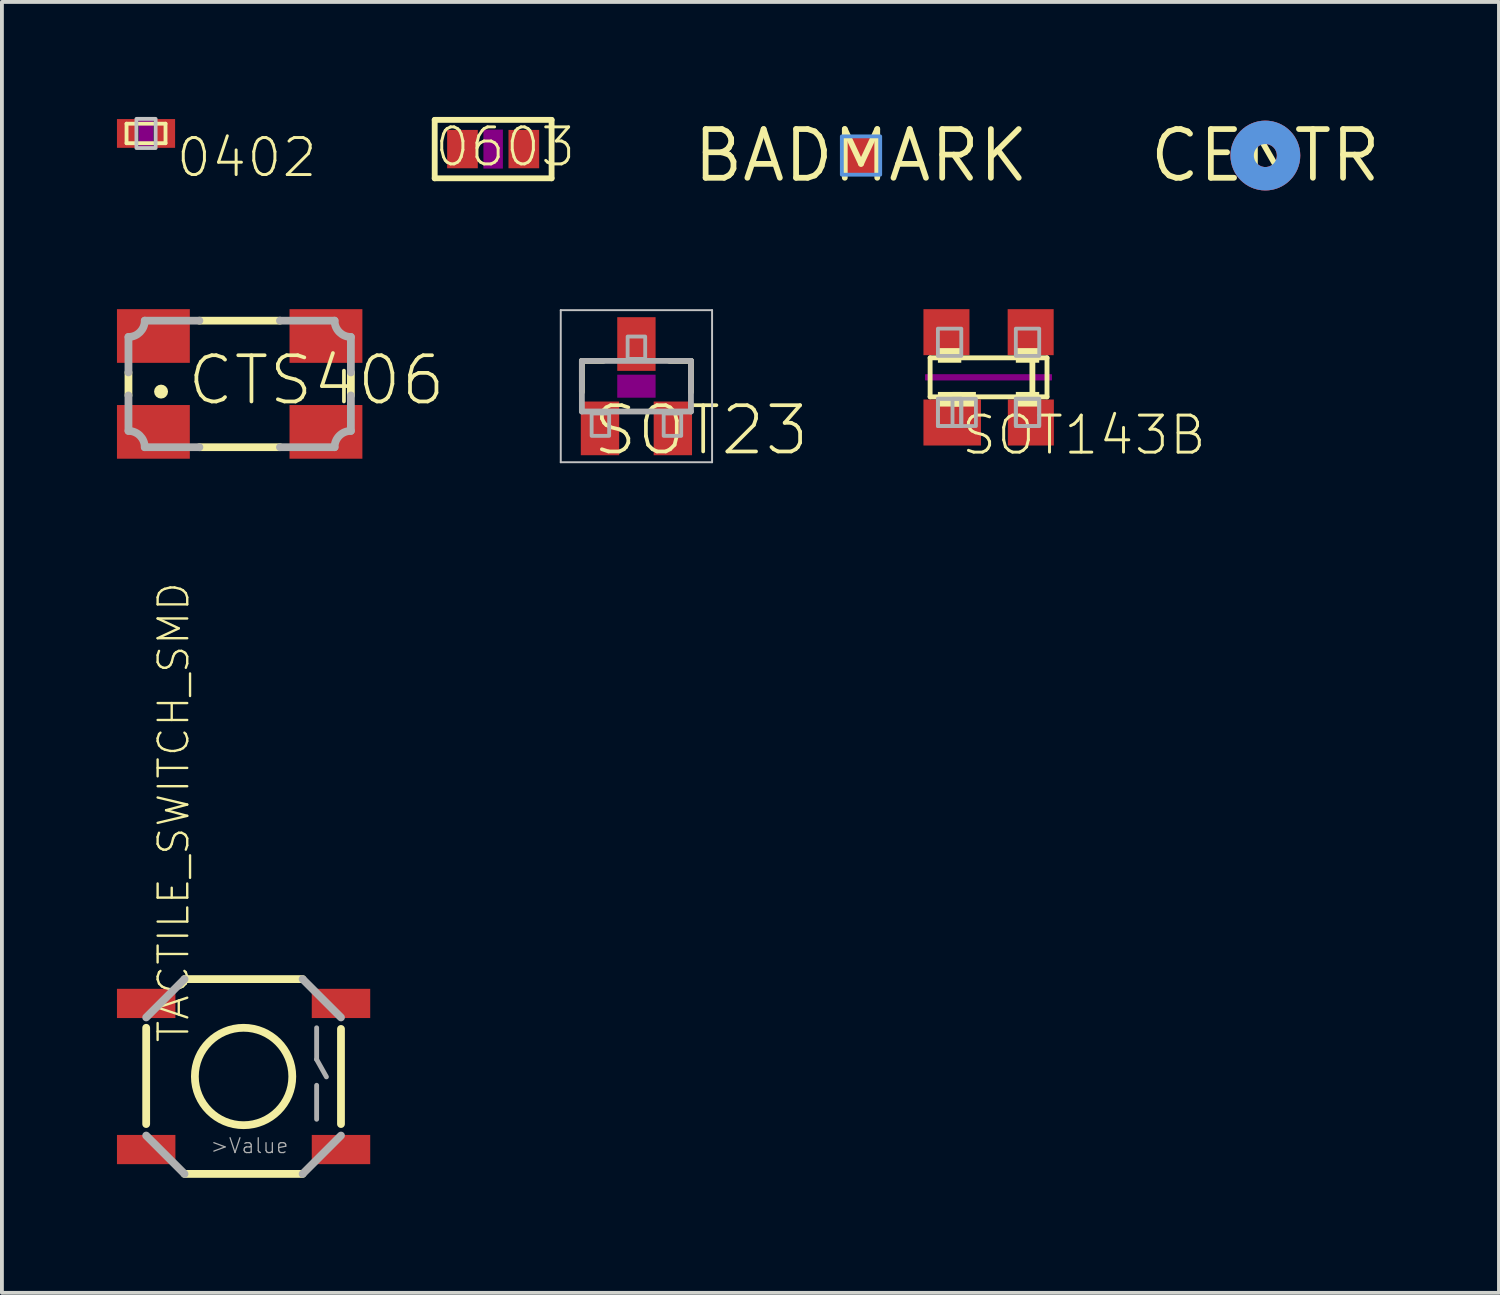
<source format=kicad_pcb>
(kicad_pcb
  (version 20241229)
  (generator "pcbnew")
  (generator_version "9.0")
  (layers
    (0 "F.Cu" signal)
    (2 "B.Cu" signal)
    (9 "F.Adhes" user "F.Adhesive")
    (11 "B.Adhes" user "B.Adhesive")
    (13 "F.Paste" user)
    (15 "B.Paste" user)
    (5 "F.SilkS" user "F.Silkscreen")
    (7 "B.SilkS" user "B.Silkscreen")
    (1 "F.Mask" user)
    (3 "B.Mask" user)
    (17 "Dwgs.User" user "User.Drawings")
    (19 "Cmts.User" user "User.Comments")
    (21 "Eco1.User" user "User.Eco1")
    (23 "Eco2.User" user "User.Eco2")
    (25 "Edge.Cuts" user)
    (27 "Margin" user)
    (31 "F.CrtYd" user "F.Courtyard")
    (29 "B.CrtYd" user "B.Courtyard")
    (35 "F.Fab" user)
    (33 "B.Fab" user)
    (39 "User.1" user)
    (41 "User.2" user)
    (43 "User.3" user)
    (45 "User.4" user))
  (footprint "BADMARK"
    (layer "F.Cu")
    (at 19.403 1.006)
    (property "Reference" "BADMARK" (at 0 0 0) (layer "F.SilkS") (effects (font (size 1.27 1.27) (thickness 0.15))))
    (attr through_hole)
    (fp_poly (pts (xy -0.5 0.5) (xy 0.5 0.5) (xy 0.5 -0.5) (xy -0.5 -0.5)) (stroke (width 0) (type solid)) (fill yes) (layer "F.Cu"))
    (fp_poly (pts (xy -0.7 0.7) (xy 0.7 0.7) (xy 0.7 -0.7) (xy -0.7 -0.7)) (stroke (width 0) (type solid)) (fill yes) (layer "F.Mask"))
    (fp_poly (pts (xy -0.5 0.5) (xy 0.5 0.5) (xy 0.5 -0.5) (xy -0.5 -0.5)) (stroke (width 0.1) (type solid)) (fill no) (layer "Cmts.User")))
  (footprint "CTS406"
    (layer "F.Cu")
    (at 3.2 6.962)
    (property "Reference" "CTS406" (at -1.422 0.61 180) (layer "F.SilkS") (effects (font (size 1.206 1.206) (thickness 0.097)) (justify left bottom)))
    (attr through_hole)
    (fp_line (start -2.9 0.3) (end -2.9 -0.3) (stroke (width 0.203) (type solid)) (layer "F.SilkS"))
    (fp_line (start -1.05 -1.65) (end 1.05 -1.65) (stroke (width 0.203) (type solid)) (layer "F.SilkS"))
    (fp_line (start 1.05 1.65) (end -1.05 1.65) (stroke (width 0.203) (type solid)) (layer "F.SilkS"))
    (fp_line (start 2.9 -0.3) (end 2.9 0.3) (stroke (width 0.203) (type solid)) (layer "F.SilkS"))
    (fp_circle (center -2.05 0.2) (end -1.959 0.2) (stroke (width 0.182) (type solid)) (fill no) (layer "F.SilkS"))
    (fp_line (start -2.9 -0.3) (end -2.9 -1.225) (stroke (width 0.203) (type solid)) (layer "F.Fab"))
    (fp_line (start -2.9 1.225) (end -2.9 0.3) (stroke (width 0.203) (type solid)) (layer "F.Fab"))
    (fp_line (start -2.475 -1.65) (end -1.05 -1.65) (stroke (width 0.203) (type solid)) (layer "F.Fab"))
    (fp_line (start -1.05 1.65) (end -2.475 1.65) (stroke (width 0.203) (type solid)) (layer "F.Fab"))
    (fp_line (start 1.05 -1.65) (end 2.475 -1.65) (stroke (width 0.203) (type solid)) (layer "F.Fab"))
    (fp_line (start 2.475 1.65) (end 1.05 1.65) (stroke (width 0.203) (type solid)) (layer "F.Fab"))
    (fp_line (start 2.9 -1.225) (end 2.9 -0.3) (stroke (width 0.203) (type solid)) (layer "F.Fab"))
    (fp_line (start 2.9 0.3) (end 2.9 1.225) (stroke (width 0.203) (type solid)) (layer "F.Fab"))
    (fp_arc (start -2.899998 1.225) (mid -2.600003 1.350005) (end -2.475 1.65) (stroke (width 0.2032) (type solid)) (layer "F.Fab"))
    (fp_arc (start -2.475 -1.649998) (mid -2.600005 -1.350003) (end -2.9 -1.225) (stroke (width 0.2032) (type solid)) (layer "F.Fab"))
    (fp_arc (start 2.475 1.649998) (mid 2.600005 1.350003) (end 2.9 1.225) (stroke (width 0.2032) (type solid)) (layer "F.Fab"))
    (fp_arc (start 2.899998 -1.225) (mid 2.600003 -1.350005) (end 2.475 -1.65) (stroke (width 0.2032) (type solid)) (layer "F.Fab"))
    (pad "1" smd rect (at -2.25 1.25) (size 1.9 1.4) (layers "F.Cu" "F.Mask" "F.Paste"))
    (pad "2" smd rect (at 2.25 1.25) (size 1.9 1.4) (layers "F.Cu" "F.Mask" "F.Paste"))
    (pad "3" smd rect (at 2.25 -1.25) (size 1.9 1.4) (layers "F.Cu" "F.Mask" "F.Paste"))
    (pad "4" smd rect (at -2.25 -1.25) (size 1.9 1.4) (layers "F.Cu" "F.Mask" "F.Paste")))
  (footprint "CENTR"
    (layer "F.Cu")
    (at 29.947 1.006)
    (property "Reference" "CENTR" (at 0 0 0) (layer "F.SilkS") (effects (font (size 1.27 1.27) (thickness 0.15))))
    (attr through_hole)
    (fp_circle (center 0 0) (end 0.3 0) (stroke (width 0.61) (type solid)) (fill no) (layer "F.Cu"))
    (fp_circle (center 0 0) (end 0.3 0) (stroke (width 0.61) (type solid)) (fill no) (layer "F.Cu"))
    (fp_circle (center 0 0) (end 0.4 0) (stroke (width 0.8) (type solid)) (fill no) (layer "F.Mask"))
    (fp_circle (center 0 0) (end 0.3 0) (stroke (width 0.61) (type solid)) (fill no) (layer "Cmts.User")))
  (footprint "TACTILE_SWITCH_SMD"
    (layer "F.Cu")
    (at 3.302 25.022)
    (property "Reference" "TACTILE_SWITCH_SMD" (at -1.372 -0.838 90) (layer "F.SilkS") (effects (font (size 0.772 0.772) (thickness 0.062)) (justify left bottom)))
    (attr through_hole)
    (fp_line (start -2.54 1.24) (end -2.54 -1.27) (stroke (width 0.203) (type solid)) (layer "F.SilkS"))
    (fp_line (start -1.54 -2.54) (end 1.54 -2.54) (stroke (width 0.203) (type solid)) (layer "F.SilkS"))
    (fp_line (start 1.54 2.54) (end -1.54 2.54) (stroke (width 0.203) (type solid)) (layer "F.SilkS"))
    (fp_line (start 2.54 -1.24) (end 2.54 1.24) (stroke (width 0.203) (type solid)) (layer "F.SilkS"))
    (fp_circle (center 0 0) (end 1.27 0) (stroke (width 0.203) (type solid)) (fill no) (layer "F.SilkS"))
    (fp_line (start -2.54 -1.54) (end -1.54 -2.54) (stroke (width 0.203) (type solid)) (layer "F.Fab"))
    (fp_line (start -1.54 2.54) (end -2.54 1.54) (stroke (width 0.203) (type solid)) (layer "F.Fab"))
    (fp_line (start 1.54 -2.54) (end 2.54 -1.54) (stroke (width 0.203) (type solid)) (layer "F.Fab"))
    (fp_line (start 1.905 -1.27) (end 1.905 -0.445) (stroke (width 0.127) (type solid)) (layer "F.Fab"))
    (fp_line (start 1.905 -0.445) (end 2.16 0.01) (stroke (width 0.127) (type solid)) (layer "F.Fab"))
    (fp_line (start 1.905 0.23) (end 1.905 1.115) (stroke (width 0.127) (type solid)) (layer "F.Fab"))
    (fp_line (start 2.54 1.54) (end 1.54 2.54) (stroke (width 0.203) (type solid)) (layer "F.Fab"))
    (fp_text user ">Value" (at -0.889 2.032 0) (layer "F.Fab") (effects (font (size 0.386 0.386) (thickness 0.033)) (justify left bottom)))
    (pad "1" smd rect (at -2.54 -1.905 90) (size 0.762 1.524) (layers "F.Cu" "F.Mask" "F.Paste"))
    (pad "2" smd rect (at 2.54 -1.905 90) (size 0.762 1.524) (layers "F.Cu" "F.Mask" "F.Paste"))
    (pad "3" smd rect (at -2.54 1.905 90) (size 0.762 1.524) (layers "F.Cu" "F.Mask" "F.Paste"))
    (pad "4" smd rect (at 2.54 1.905 90) (size 0.762 1.524) (layers "F.Cu" "F.Mask" "F.Paste")))
  (footprint "0402"
    (layer "F.Cu")
    (at 0.758 0.43)
    (property "Reference" "0402" (at 0.737 1.194 0) (layer "F.SilkS") (effects (font (size 0.965 0.965) (thickness 0.077)) (justify left bottom)))
    (attr through_hole)
    (fp_line (start -0.508 0.254) (end -0.508 -0.254) (stroke (width 0.1) (type solid)) (layer "F.SilkS"))
    (fp_line (start -0.508 0.254) (end 0.508 0.254) (stroke (width 0.1) (type solid)) (layer "F.SilkS"))
    (fp_line (start 0.508 -0.254) (end -0.508 -0.254) (stroke (width 0.1) (type solid)) (layer "F.SilkS"))
    (fp_line (start 0.508 -0.254) (end 0.508 0.254) (stroke (width 0.1) (type solid)) (layer "F.SilkS"))
    (fp_poly (pts (xy -0.191 0.381) (xy 0.191 0.381) (xy 0.191 -0.381) (xy -0.191 -0.381)) (stroke (width 0) (type solid)) (fill yes) (layer "F.Adhes"))
    (fp_poly (pts (xy -0.25 0.38) (xy 0.25 0.38) (xy 0.25 -0.38) (xy -0.25 -0.38)) (stroke (width 0.1) (type solid)) (fill no) (layer "Dwgs.User"))
    (pad "P$1" smd rect (at -0.508 0) (size 0.5 0.75) (layers "F.Cu" "F.Mask" "F.Paste"))
    (pad "P$2" smd rect (at 0.508 0) (size 0.5 0.75) (layers "F.Cu" "F.Mask" "F.Paste")))
  (footprint "SOT23"
    (layer "F.Cu")
    (at 13.546 7.021)
    (property "Reference" "SOT23" (at -1.194 1.854 0) (layer "F.SilkS") (effects (font (size 1.206 1.206) (thickness 0.097)) (justify left bottom)))
    (attr through_hole)
    (fp_line (start -1.422 -0.66) (end -0.864 -0.66) (stroke (width 0.152) (type solid)) (layer "F.SilkS"))
    (fp_line (start -1.422 0.152) (end -1.422 -0.66) (stroke (width 0.152) (type solid)) (layer "F.SilkS"))
    (fp_line (start 0.864 -0.66) (end 1.422 -0.66) (stroke (width 0.152) (type solid)) (layer "F.SilkS"))
    (fp_line (start 1.422 -0.66) (end 1.422 0.152) (stroke (width 0.152) (type solid)) (layer "F.SilkS"))
    (fp_poly (pts (xy -0.5 0.3) (xy 0.5 0.3) (xy 0.5 -0.3) (xy -0.5 -0.3)) (stroke (width 0) (type solid)) (fill yes) (layer "F.Adhes"))
    (fp_line (start -1.973 -1.983) (end 1.973 -1.983) (stroke (width 0.051) (type solid)) (layer "Dwgs.User"))
    (fp_line (start -1.973 1.983) (end -1.973 -1.983) (stroke (width 0.051) (type solid)) (layer "Dwgs.User"))
    (fp_line (start 1.973 -1.983) (end 1.973 1.983) (stroke (width 0.051) (type solid)) (layer "Dwgs.User"))
    (fp_line (start 1.973 1.983) (end -1.973 1.983) (stroke (width 0.051) (type solid)) (layer "Dwgs.User"))
    (fp_line (start -1.422 -0.66) (end 1.422 -0.66) (stroke (width 0.152) (type solid)) (layer "F.Fab"))
    (fp_line (start -1.422 0.66) (end -1.422 -0.66) (stroke (width 0.152) (type solid)) (layer "F.Fab"))
    (fp_line (start 1.422 -0.66) (end 1.422 0.66) (stroke (width 0.152) (type solid)) (layer "F.Fab"))
    (fp_line (start 1.422 0.66) (end -1.422 0.66) (stroke (width 0.152) (type solid)) (layer "F.Fab"))
    (fp_poly (pts (xy -1.168 1.295) (xy -0.711 1.295) (xy -0.711 0.711) (xy -1.168 0.711)) (stroke (width 0.1) (type solid)) (fill no) (layer "F.Fab"))
    (fp_poly (pts (xy -0.229 -0.711) (xy 0.229 -0.711) (xy 0.229 -1.295) (xy -0.229 -1.295)) (stroke (width 0.1) (type solid)) (fill no) (layer "F.Fab"))
    (fp_poly (pts (xy 0.711 1.295) (xy 1.168 1.295) (xy 1.168 0.711) (xy 0.711 0.711)) (stroke (width 0.1) (type solid)) (fill no) (layer "F.Fab"))
    (pad "1" smd rect (at -0.95 1.1) (size 1 1.4) (layers "F.Cu" "F.Mask" "F.Paste"))
    (pad "2" smd rect (at 0.95 1.1) (size 1 1.4) (layers "F.Cu" "F.Mask" "F.Paste"))
    (pad "3" smd rect (at 0 -1.1) (size 1 1.4) (layers "F.Cu" "F.Mask" "F.Paste")))
  (footprint "0603"
    (layer "F.Cu")
    (at 9.81 0.838)
    (property "Reference" "0603" (at -1.575 0.508 180) (layer "F.SilkS") (effects (font (size 0.965 0.965) (thickness 0.077)) (justify left bottom)))
    (attr through_hole)
    (fp_line (start -1.524 0.762) (end -1.524 -0.762) (stroke (width 0.152) (type solid)) (layer "F.SilkS"))
    (fp_line (start -1.524 0.762) (end 1.524 0.762) (stroke (width 0.152) (type solid)) (layer "F.SilkS"))
    (fp_line (start 1.524 -0.762) (end -1.524 -0.762) (stroke (width 0.152) (type solid)) (layer "F.SilkS"))
    (fp_line (start 1.524 -0.762) (end 1.524 0.762) (stroke (width 0.152) (type solid)) (layer "F.SilkS"))
    (fp_poly (pts (xy -0.254 0.508) (xy 0.254 0.508) (xy 0.254 -0.508) (xy -0.254 -0.508)) (stroke (width 0) (type solid)) (fill yes) (layer "F.Adhes"))
    (pad "1" smd rect (at -0.8 0) (size 0.8 1) (layers "F.Cu" "F.Mask" "F.Paste"))
    (pad "2" smd rect (at 0.8 0) (size 0.8 1) (layers "F.Cu" "F.Mask" "F.Paste")))
  (footprint "SOT143B"
    (layer "F.Cu")
    (at 22.729 6.79)
    (property "Reference" "SOT143B" (at -0.759 2.072 0) (layer "F.SilkS") (effects (font (size 0.965 0.965) (thickness 0.077)) (justify left bottom)))
    (attr through_hole)
    (fp_line (start -1.524 -0.508) (end 1.143 -0.508) (stroke (width 0.127) (type solid)) (layer "F.SilkS"))
    (fp_line (start -1.524 0.508) (end -1.524 -0.508) (stroke (width 0.127) (type solid)) (layer "F.SilkS"))
    (fp_line (start 1.143 -0.508) (end 1.524 -0.508) (stroke (width 0.127) (type solid)) (layer "F.SilkS"))
    (fp_line (start 1.143 0.508) (end -1.524 0.508) (stroke (width 0.127) (type solid)) (layer "F.SilkS"))
    (fp_line (start 1.143 0.508) (end 1.143 -0.508) (stroke (width 0.152) (type solid)) (layer "F.SilkS"))
    (fp_line (start 1.524 -0.508) (end 1.524 0.508) (stroke (width 0.127) (type solid)) (layer "F.SilkS"))
    (fp_line (start 1.524 0.508) (end 1.143 0.508) (stroke (width 0.127) (type solid)) (layer "F.SilkS"))
    (fp_poly (pts (xy -1.321 -0.381) (xy -0.711 -0.381) (xy -0.711 -0.762) (xy -1.321 -0.762)) (stroke (width 0) (type solid)) (fill yes) (layer "F.SilkS"))
    (fp_poly (pts (xy -1.321 0.762) (xy -0.711 0.762) (xy -0.711 0.381) (xy -1.321 0.381)) (stroke (width 0) (type solid)) (fill yes) (layer "F.SilkS"))
    (fp_poly (pts (xy -0.94 0.762) (xy -0.33 0.762) (xy -0.33 0.381) (xy -0.94 0.381)) (stroke (width 0) (type solid)) (fill yes) (layer "F.SilkS"))
    (fp_poly (pts (xy 0.711 -0.381) (xy 1.321 -0.381) (xy 1.321 -0.762) (xy 0.711 -0.762)) (stroke (width 0) (type solid)) (fill yes) (layer "F.SilkS"))
    (fp_poly (pts (xy 0.711 0.762) (xy 1.321 0.762) (xy 1.321 0.381) (xy 0.711 0.381)) (stroke (width 0) (type solid)) (fill yes) (layer "F.SilkS"))
    (fp_poly (pts (xy -1.651 0.076) (xy 1.651 0.076) (xy 1.651 -0.076) (xy -1.651 -0.076)) (stroke (width 0) (type solid)) (fill yes) (layer "F.Adhes"))
    (fp_poly (pts (xy -1.651 0.076) (xy 1.651 0.076) (xy 1.651 -0.076) (xy -1.651 -0.076)) (stroke (width 0) (type solid)) (fill yes) (layer "F.Adhes"))
    (fp_poly (pts (xy -1.321 -0.559) (xy -0.711 -0.559) (xy -0.711 -1.27) (xy -1.321 -1.27)) (stroke (width 0.1) (type solid)) (fill no) (layer "F.Fab"))
    (fp_poly (pts (xy -1.321 1.27) (xy -0.711 1.27) (xy -0.711 0.559) (xy -1.321 0.559)) (stroke (width 0.1) (type solid)) (fill no) (layer "F.Fab"))
    (fp_poly (pts (xy -1.321 1.27) (xy -0.711 1.27) (xy -0.711 0.559) (xy -1.321 0.559)) (stroke (width 0.1) (type solid)) (fill no) (layer "F.Fab"))
    (fp_poly (pts (xy -0.94 1.27) (xy -0.33 1.27) (xy -0.33 0.559) (xy -0.94 0.559)) (stroke (width 0.1) (type solid)) (fill no) (layer "F.Fab"))
    (fp_poly (pts (xy 0.711 -0.559) (xy 1.321 -0.559) (xy 1.321 -1.27) (xy 0.711 -1.27)) (stroke (width 0.1) (type solid)) (fill no) (layer "F.Fab"))
    (fp_poly (pts (xy 0.711 1.27) (xy 1.321 1.27) (xy 1.321 0.559) (xy 0.711 0.559)) (stroke (width 0.1) (type solid)) (fill no) (layer "F.Fab"))
    (fp_poly (pts (xy 0.711 1.27) (xy 1.321 1.27) (xy 1.321 0.559) (xy 0.711 0.559)) (stroke (width 0.1) (type solid)) (fill no) (layer "F.Fab"))
    (pad "1" smd rect (at -0.948 1.178 270) (size 1.2 1.5) (layers "F.Cu" "F.Mask" "F.Paste"))
    (pad "2" smd rect (at 1.103 1.178 90) (size 1.2 1.2) (layers "F.Cu" "F.Mask" "F.Paste"))
    (pad "3" smd rect (at 1.098 -1.178 90) (size 1.2 1.2) (layers "F.Cu" "F.Mask" "F.Paste"))
    (pad "4" smd rect (at -1.098 -1.178 90) (size 1.2 1.2) (layers "F.Cu" "F.Mask" "F.Paste")))
  (gr_rect
    (start -3 -3)
    (end 36.039 30.664)
    (stroke (width 0.1) (type default))
    (fill no)
    (layer "Edge.Cuts")))
</source>
